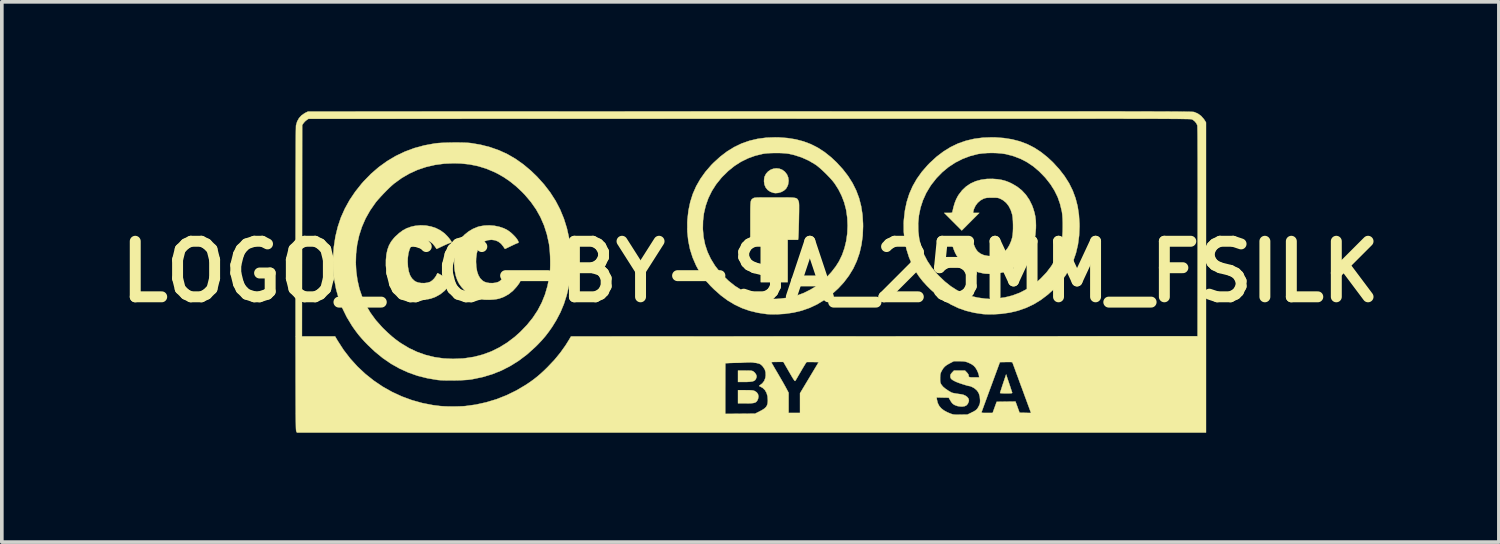
<source format=kicad_pcb>
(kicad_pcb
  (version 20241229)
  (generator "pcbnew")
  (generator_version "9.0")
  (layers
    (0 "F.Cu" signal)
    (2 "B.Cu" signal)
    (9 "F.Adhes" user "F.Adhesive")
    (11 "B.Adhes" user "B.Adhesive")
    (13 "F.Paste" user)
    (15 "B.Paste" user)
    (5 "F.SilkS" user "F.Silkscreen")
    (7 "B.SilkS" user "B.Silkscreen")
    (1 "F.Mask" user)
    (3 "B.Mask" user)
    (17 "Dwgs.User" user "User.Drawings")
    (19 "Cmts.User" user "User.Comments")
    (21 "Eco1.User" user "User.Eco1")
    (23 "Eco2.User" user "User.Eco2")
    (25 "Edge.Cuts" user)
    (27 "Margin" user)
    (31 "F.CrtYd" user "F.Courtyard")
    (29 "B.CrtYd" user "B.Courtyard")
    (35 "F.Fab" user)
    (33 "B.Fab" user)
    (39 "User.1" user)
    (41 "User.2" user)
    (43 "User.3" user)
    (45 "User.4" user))
  (footprint "LOGO_CC-BY-SA_25MM_FSILK"
    (layer "F.Cu")
    (at 17.533 4.403)
    (property "Reference" "LOGO_CC-BY-SA_25MM_FSILK" (at 0 0 0) (layer "F.SilkS") (effects (font (size 1.524 1.524) (thickness 0.3))))
    (attr through_hole)
    (fp_poly (pts (xy -0.134 3.25) (xy -0.055 3.251) (xy 0.004 3.252) (xy 0.047 3.255) (xy 0.079 3.26) (xy 0.105 3.268) (xy 0.122 3.275) (xy 0.176 3.311) (xy 0.21 3.36) (xy 0.223 3.418) (xy 0.213 3.483) (xy 0.197 3.523) (xy 0.179 3.552) (xy 0.158 3.574) (xy 0.13 3.59) (xy 0.091 3.601) (xy 0.038 3.608) (xy -0.032 3.611) (xy -0.123 3.612) (xy -0.134 3.612) (xy -0.338 3.612) (xy -0.338 3.25) (xy -0.134 3.25)) (stroke (width 0.01) (type solid)) (fill yes) (layer "F.SilkS"))
    (fp_poly (pts (xy -0.071 2.713) (xy -0.018 2.714) (xy 0.02 2.716) (xy 0.047 2.721) (xy 0.067 2.728) (xy 0.084 2.738) (xy 0.089 2.741) (xy 0.123 2.771) (xy 0.151 2.81) (xy 0.155 2.817) (xy 0.169 2.853) (xy 0.171 2.884) (xy 0.164 2.912) (xy 0.149 2.948) (xy 0.128 2.976) (xy 0.096 2.997) (xy 0.051 3.011) (xy -0.01 3.019) (xy -0.091 3.024) (xy -0.172 3.025) (xy -0.338 3.025) (xy -0.338 2.712) (xy -0.146 2.712) (xy -0.071 2.713)) (stroke (width 0.01) (type solid)) (fill yes) (layer "F.SilkS"))
    (fp_poly (pts (xy 7.096 3.056) (xy 7.121 3.13) (xy 7.143 3.197) (xy 7.161 3.253) (xy 7.175 3.293) (xy 7.182 3.314) (xy 7.182 3.316) (xy 7.183 3.324) (xy 7.177 3.33) (xy 7.16 3.334) (xy 7.129 3.336) (xy 7.079 3.337) (xy 7.02 3.337) (xy 6.958 3.337) (xy 6.906 3.335) (xy 6.869 3.332) (xy 6.851 3.329) (xy 6.85 3.328) (xy 6.854 3.314) (xy 6.864 3.28) (xy 6.881 3.229) (xy 6.901 3.166) (xy 6.925 3.093) (xy 6.933 3.069) (xy 7.017 2.819) (xy 7.096 3.056)) (stroke (width 0.01) (type solid)) (fill yes) (layer "F.SilkS"))
    (fp_poly (pts (xy 0.795 -2.826) (xy 0.872 -2.797) (xy 0.942 -2.746) (xy 0.949 -2.739) (xy 1.006 -2.666) (xy 1.039 -2.584) (xy 1.05 -2.494) (xy 1.037 -2.398) (xy 1.032 -2.38) (xy 1.012 -2.333) (xy 0.985 -2.286) (xy 0.975 -2.273) (xy 0.92 -2.224) (xy 0.849 -2.186) (xy 0.77 -2.162) (xy 0.691 -2.155) (xy 0.637 -2.162) (xy 0.549 -2.193) (xy 0.477 -2.242) (xy 0.423 -2.307) (xy 0.389 -2.386) (xy 0.376 -2.476) (xy 0.376 -2.487) (xy 0.379 -2.537) (xy 0.385 -2.583) (xy 0.392 -2.609) (xy 0.432 -2.687) (xy 0.489 -2.75) (xy 0.557 -2.796) (xy 0.634 -2.825) (xy 0.714 -2.835) (xy 0.795 -2.826)) (stroke (width 0.01) (type solid)) (fill yes) (layer "F.SilkS"))
    (fp_poly (pts (xy 0.807 -2.037) (xy 0.923 -2.037) (xy 1.018 -2.036) (xy 1.094 -2.035) (xy 1.155 -2.032) (xy 1.202 -2.027) (xy 1.237 -2.021) (xy 1.262 -2.013) (xy 1.281 -2.002) (xy 1.294 -1.988) (xy 1.305 -1.971) (xy 1.315 -1.95) (xy 1.319 -1.942) (xy 1.325 -1.928) (xy 1.329 -1.912) (xy 1.333 -1.892) (xy 1.335 -1.864) (xy 1.337 -1.826) (xy 1.337 -1.775) (xy 1.337 -1.709) (xy 1.336 -1.625) (xy 1.334 -1.52) (xy 1.333 -1.45) (xy 1.331 -1.344) (xy 1.328 -1.244) (xy 1.326 -1.151) (xy 1.323 -1.072) (xy 1.32 -1.007) (xy 1.318 -0.961) (xy 1.317 -0.941) (xy 1.309 -0.875) (xy 1.025 -0.875) (xy 1.025 0.287) (xy 0.287 0.287) (xy 0.287 -0.875) (xy 0 -0.875) (xy 0 -1.394) (xy 0.00004 -1.529) (xy 0.00036 -1.64) (xy 0.001 -1.731) (xy 0.003 -1.804) (xy 0.006 -1.861) (xy 0.01 -1.905) (xy 0.016 -1.938) (xy 0.025 -1.962) (xy 0.035 -1.979) (xy 0.048 -1.993) (xy 0.064 -2.004) (xy 0.079 -2.013) (xy 0.089 -2.019) (xy 0.102 -2.024) (xy 0.119 -2.028) (xy 0.142 -2.031) (xy 0.174 -2.033) (xy 0.217 -2.035) (xy 0.274 -2.036) (xy 0.347 -2.037) (xy 0.437 -2.037) (xy 0.549 -2.037) (xy 0.669 -2.037) (xy 0.807 -2.037)) (stroke (width 0.01) (type solid)) (fill yes) (layer "F.SilkS"))
    (fp_poly (pts (xy -8.902 -1.266) (xy -8.758 -1.239) (xy -8.623 -1.194) (xy -8.498 -1.13) (xy -8.386 -1.048) (xy -8.296 -0.956) (xy -8.262 -0.914) (xy -8.232 -0.874) (xy -8.212 -0.844) (xy -8.21 -0.84) (xy -8.188 -0.804) (xy -8.241 -0.788) (xy -8.272 -0.777) (xy -8.32 -0.757) (xy -8.377 -0.732) (xy -8.439 -0.703) (xy -8.449 -0.699) (xy -8.505 -0.672) (xy -8.553 -0.65) (xy -8.587 -0.633) (xy -8.605 -0.625) (xy -8.606 -0.625) (xy -8.613 -0.635) (xy -8.63 -0.659) (xy -8.648 -0.687) (xy -8.713 -0.768) (xy -8.789 -0.826) (xy -8.875 -0.862) (xy -8.972 -0.875) (xy -8.981 -0.875) (xy -9.082 -0.864) (xy -9.169 -0.833) (xy -9.243 -0.781) (xy -9.303 -0.709) (xy -9.348 -0.616) (xy -9.38 -0.504) (xy -9.397 -0.372) (xy -9.4 -0.272) (xy -9.392 -0.129) (xy -9.37 -0.005) (xy -9.334 0.099) (xy -9.284 0.183) (xy -9.219 0.247) (xy -9.173 0.276) (xy -9.107 0.299) (xy -9.027 0.312) (xy -8.942 0.313) (xy -8.86 0.303) (xy -8.79 0.282) (xy -8.779 0.277) (xy -8.724 0.239) (xy -8.67 0.185) (xy -8.625 0.122) (xy -8.612 0.097) (xy -8.595 0.065) (xy -8.584 0.044) (xy -8.581 0.04) (xy -8.57 0.045) (xy -8.541 0.059) (xy -8.5 0.082) (xy -8.449 0.11) (xy -8.393 0.141) (xy -8.337 0.172) (xy -8.284 0.202) (xy -8.239 0.228) (xy -8.206 0.247) (xy -8.189 0.258) (xy -8.189 0.258) (xy -8.19 0.273) (xy -8.207 0.304) (xy -8.239 0.35) (xy -8.283 0.409) (xy -8.388 0.524) (xy -8.506 0.618) (xy -8.635 0.69) (xy -8.763 0.737) (xy -8.832 0.752) (xy -8.918 0.763) (xy -9.01 0.769) (xy -9.101 0.77) (xy -9.181 0.767) (xy -9.215 0.762) (xy -9.345 0.735) (xy -9.459 0.695) (xy -9.561 0.639) (xy -9.659 0.564) (xy -9.72 0.507) (xy -9.774 0.451) (xy -9.814 0.405) (xy -9.845 0.361) (xy -9.873 0.312) (xy -9.886 0.287) (xy -9.943 0.146) (xy -9.979 -0.005) (xy -9.997 -0.167) (xy -9.996 -0.325) (xy -9.982 -0.474) (xy -9.954 -0.604) (xy -9.912 -0.72) (xy -9.854 -0.824) (xy -9.777 -0.922) (xy -9.739 -0.963) (xy -9.632 -1.06) (xy -9.528 -1.136) (xy -9.421 -1.193) (xy -9.306 -1.233) (xy -9.199 -1.257) (xy -9.05 -1.272) (xy -8.902 -1.266)) (stroke (width 0.01) (type solid)) (fill yes) (layer "F.SilkS"))
    (fp_poly (pts (xy -7.023 -1.26) (xy -6.887 -1.232) (xy -6.761 -1.19) (xy -6.665 -1.141) (xy -6.611 -1.104) (xy -6.557 -1.061) (xy -6.506 -1.013) (xy -6.458 -0.964) (xy -6.418 -0.916) (xy -6.386 -0.872) (xy -6.366 -0.834) (xy -6.358 -0.806) (xy -6.366 -0.79) (xy -6.379 -0.787) (xy -6.395 -0.782) (xy -6.429 -0.768) (xy -6.477 -0.746) (xy -6.534 -0.719) (xy -6.561 -0.706) (xy -6.619 -0.678) (xy -6.669 -0.654) (xy -6.707 -0.636) (xy -6.727 -0.626) (xy -6.73 -0.625) (xy -6.738 -0.635) (xy -6.755 -0.659) (xy -6.773 -0.687) (xy -6.838 -0.768) (xy -6.914 -0.826) (xy -7 -0.862) (xy -7.097 -0.875) (xy -7.106 -0.875) (xy -7.207 -0.864) (xy -7.294 -0.833) (xy -7.368 -0.781) (xy -7.428 -0.709) (xy -7.473 -0.616) (xy -7.505 -0.504) (xy -7.522 -0.372) (xy -7.525 -0.272) (xy -7.517 -0.129) (xy -7.495 -0.005) (xy -7.459 0.099) (xy -7.409 0.183) (xy -7.344 0.247) (xy -7.298 0.276) (xy -7.232 0.299) (xy -7.152 0.312) (xy -7.067 0.313) (xy -6.985 0.303) (xy -6.915 0.282) (xy -6.904 0.277) (xy -6.849 0.239) (xy -6.795 0.185) (xy -6.75 0.122) (xy -6.737 0.097) (xy -6.72 0.065) (xy -6.709 0.044) (xy -6.706 0.04) (xy -6.695 0.045) (xy -6.666 0.059) (xy -6.625 0.082) (xy -6.574 0.11) (xy -6.518 0.141) (xy -6.462 0.172) (xy -6.409 0.202) (xy -6.364 0.228) (xy -6.331 0.247) (xy -6.314 0.258) (xy -6.314 0.258) (xy -6.315 0.273) (xy -6.332 0.304) (xy -6.364 0.35) (xy -6.408 0.409) (xy -6.513 0.524) (xy -6.631 0.618) (xy -6.76 0.69) (xy -6.888 0.737) (xy -6.957 0.752) (xy -7.043 0.763) (xy -7.135 0.769) (xy -7.226 0.77) (xy -7.306 0.767) (xy -7.34 0.762) (xy -7.47 0.735) (xy -7.584 0.695) (xy -7.686 0.639) (xy -7.784 0.564) (xy -7.845 0.507) (xy -7.925 0.419) (xy -7.989 0.329) (xy -8.038 0.232) (xy -8.076 0.124) (xy -8.103 -0.001) (xy -8.114 -0.074) (xy -8.124 -0.203) (xy -8.12 -0.339) (xy -8.105 -0.475) (xy -8.078 -0.605) (xy -8.04 -0.722) (xy -8.006 -0.799) (xy -7.934 -0.91) (xy -7.842 -1.012) (xy -7.733 -1.1) (xy -7.612 -1.173) (xy -7.483 -1.227) (xy -7.431 -1.242) (xy -7.3 -1.265) (xy -7.162 -1.271) (xy -7.023 -1.26)) (stroke (width 0.01) (type solid)) (fill yes) (layer "F.SilkS"))
    (fp_poly (pts (xy 6.776 -2.537) (xy 6.886 -2.52) (xy 6.988 -2.494) (xy 7.09 -2.456) (xy 7.169 -2.419) (xy 7.317 -2.333) (xy 7.447 -2.23) (xy 7.559 -2.11) (xy 7.653 -1.972) (xy 7.729 -1.818) (xy 7.758 -1.739) (xy 7.794 -1.622) (xy 7.818 -1.51) (xy 7.831 -1.396) (xy 7.835 -1.272) (xy 7.834 -1.194) (xy 7.819 -1.013) (xy 7.786 -0.848) (xy 7.735 -0.694) (xy 7.665 -0.55) (xy 7.622 -0.48) (xy 7.519 -0.346) (xy 7.399 -0.228) (xy 7.265 -0.13) (xy 7.119 -0.05) (xy 6.962 0.009) (xy 6.798 0.046) (xy 6.627 0.062) (xy 6.452 0.054) (xy 6.406 0.049) (xy 6.251 0.014) (xy 6.104 -0.042) (xy 5.969 -0.119) (xy 5.846 -0.214) (xy 5.74 -0.326) (xy 5.656 -0.448) (xy 5.618 -0.52) (xy 5.582 -0.607) (xy 5.551 -0.697) (xy 5.527 -0.782) (xy 5.519 -0.822) (xy 5.51 -0.875) (xy 6.11 -0.875) (xy 6.118 -0.808) (xy 6.134 -0.738) (xy 6.164 -0.665) (xy 6.202 -0.598) (xy 6.239 -0.552) (xy 6.314 -0.494) (xy 6.406 -0.454) (xy 6.517 -0.432) (xy 6.645 -0.426) (xy 6.665 -0.427) (xy 6.763 -0.438) (xy 6.846 -0.462) (xy 6.919 -0.503) (xy 6.99 -0.563) (xy 6.994 -0.567) (xy 7.055 -0.641) (xy 7.109 -0.733) (xy 7.154 -0.837) (xy 7.184 -0.936) (xy 7.195 -1.003) (xy 7.203 -1.087) (xy 7.207 -1.184) (xy 7.207 -1.284) (xy 7.204 -1.383) (xy 7.198 -1.472) (xy 7.188 -1.546) (xy 7.184 -1.566) (xy 7.144 -1.692) (xy 7.089 -1.8) (xy 7.019 -1.89) (xy 6.935 -1.959) (xy 6.878 -1.991) (xy 6.842 -2.008) (xy 6.813 -2.019) (xy 6.783 -2.026) (xy 6.746 -2.029) (xy 6.698 -2.031) (xy 6.631 -2.031) (xy 6.56 -2.03) (xy 6.508 -2.028) (xy 6.468 -2.023) (xy 6.434 -2.015) (xy 6.399 -2.003) (xy 6.394 -2.001) (xy 6.309 -1.954) (xy 6.235 -1.888) (xy 6.175 -1.807) (xy 6.133 -1.716) (xy 6.118 -1.659) (xy 6.11 -1.613) (xy 6.281 -1.613) (xy 5.8 -1.131) (xy 5.559 -1.372) (xy 5.319 -1.613) (xy 5.428 -1.613) (xy 5.48 -1.613) (xy 5.513 -1.615) (xy 5.531 -1.62) (xy 5.539 -1.629) (xy 5.543 -1.641) (xy 5.574 -1.774) (xy 5.608 -1.888) (xy 5.647 -1.986) (xy 5.693 -2.074) (xy 5.715 -2.109) (xy 5.81 -2.233) (xy 5.919 -2.336) (xy 6.043 -2.419) (xy 6.18 -2.481) (xy 6.332 -2.523) (xy 6.496 -2.545) (xy 6.65 -2.546) (xy 6.776 -2.537)) (stroke (width 0.01) (type solid)) (fill yes) (layer "F.SilkS"))
    (fp_poly (pts (xy 6.713 -3.684) (xy 6.955 -3.666) (xy 7.182 -3.63) (xy 7.396 -3.574) (xy 7.598 -3.498) (xy 7.79 -3.4) (xy 7.975 -3.28) (xy 8.154 -3.137) (xy 8.301 -2.999) (xy 8.472 -2.813) (xy 8.619 -2.623) (xy 8.743 -2.428) (xy 8.843 -2.226) (xy 8.921 -2.016) (xy 8.978 -1.795) (xy 9.013 -1.563) (xy 9.029 -1.317) (xy 9.03 -1.244) (xy 9.019 -0.988) (xy 8.987 -0.744) (xy 8.933 -0.513) (xy 8.858 -0.294) (xy 8.76 -0.086) (xy 8.641 0.11) (xy 8.499 0.296) (xy 8.348 0.459) (xy 8.163 0.627) (xy 7.972 0.772) (xy 7.774 0.893) (xy 7.566 0.991) (xy 7.349 1.067) (xy 7.121 1.122) (xy 6.879 1.156) (xy 6.681 1.168) (xy 6.603 1.169) (xy 6.523 1.169) (xy 6.449 1.166) (xy 6.39 1.163) (xy 6.381 1.162) (xy 6.146 1.127) (xy 5.924 1.074) (xy 5.713 1) (xy 5.511 0.905) (xy 5.317 0.789) (xy 5.128 0.649) (xy 4.944 0.486) (xy 4.844 0.386) (xy 4.729 0.26) (xy 4.632 0.136) (xy 4.546 0.007) (xy 4.468 -0.136) (xy 4.451 -0.169) (xy 4.355 -0.39) (xy 4.283 -0.618) (xy 4.234 -0.854) (xy 4.209 -1.097) (xy 4.208 -1.331) (xy 4.604 -1.331) (xy 4.607 -1.115) (xy 4.633 -0.901) (xy 4.684 -0.689) (xy 4.694 -0.656) (xy 4.765 -0.469) (xy 4.858 -0.291) (xy 4.973 -0.118) (xy 5.112 0.05) (xy 5.169 0.111) (xy 5.333 0.268) (xy 5.499 0.4) (xy 5.671 0.51) (xy 5.85 0.598) (xy 6.038 0.665) (xy 6.238 0.712) (xy 6.452 0.741) (xy 6.569 0.748) (xy 6.596 0.748) (xy 6.641 0.745) (xy 6.699 0.741) (xy 6.756 0.737) (xy 6.978 0.706) (xy 7.188 0.654) (xy 7.387 0.58) (xy 7.576 0.483) (xy 7.757 0.364) (xy 7.931 0.22) (xy 7.972 0.182) (xy 8.126 0.02) (xy 8.257 -0.153) (xy 8.366 -0.336) (xy 8.453 -0.531) (xy 8.519 -0.739) (xy 8.539 -0.825) (xy 8.552 -0.902) (xy 8.561 -0.998) (xy 8.568 -1.107) (xy 8.57 -1.224) (xy 8.57 -1.341) (xy 8.566 -1.454) (xy 8.559 -1.556) (xy 8.548 -1.642) (xy 8.545 -1.656) (xy 8.497 -1.858) (xy 8.431 -2.048) (xy 8.343 -2.227) (xy 8.234 -2.399) (xy 8.102 -2.567) (xy 8.078 -2.594) (xy 7.923 -2.753) (xy 7.762 -2.89) (xy 7.593 -3.003) (xy 7.415 -3.096) (xy 7.225 -3.169) (xy 7.021 -3.223) (xy 6.997 -3.228) (xy 6.889 -3.244) (xy 6.766 -3.254) (xy 6.633 -3.258) (xy 6.5 -3.255) (xy 6.374 -3.246) (xy 6.263 -3.231) (xy 6.244 -3.228) (xy 6.027 -3.172) (xy 5.819 -3.093) (xy 5.622 -2.993) (xy 5.437 -2.871) (xy 5.265 -2.729) (xy 5.107 -2.567) (xy 4.965 -2.387) (xy 4.936 -2.344) (xy 4.824 -2.157) (xy 4.735 -1.96) (xy 4.668 -1.755) (xy 4.625 -1.545) (xy 4.604 -1.331) (xy 4.208 -1.331) (xy 4.208 -1.349) (xy 4.213 -1.43) (xy 4.241 -1.677) (xy 4.29 -1.911) (xy 4.36 -2.133) (xy 4.452 -2.344) (xy 4.567 -2.545) (xy 4.705 -2.739) (xy 4.867 -2.925) (xy 4.928 -2.987) (xy 5.111 -3.155) (xy 5.301 -3.299) (xy 5.497 -3.42) (xy 5.702 -3.518) (xy 5.916 -3.592) (xy 6.14 -3.645) (xy 6.376 -3.676) (xy 6.624 -3.685) (xy 6.713 -3.684)) (stroke (width 0.01) (type solid)) (fill yes) (layer "F.SilkS"))
    (fp_poly (pts (xy 0.775 -3.684) (xy 1.017 -3.666) (xy 1.245 -3.63) (xy 1.458 -3.574) (xy 1.66 -3.498) (xy 1.853 -3.4) (xy 2.038 -3.28) (xy 2.217 -3.137) (xy 2.364 -2.999) (xy 2.535 -2.813) (xy 2.682 -2.623) (xy 2.805 -2.428) (xy 2.905 -2.226) (xy 2.984 -2.016) (xy 3.04 -1.795) (xy 3.076 -1.563) (xy 3.091 -1.317) (xy 3.092 -1.244) (xy 3.082 -0.988) (xy 3.049 -0.744) (xy 2.996 -0.513) (xy 2.92 -0.294) (xy 2.823 -0.086) (xy 2.703 0.11) (xy 2.562 0.296) (xy 2.411 0.459) (xy 2.226 0.627) (xy 2.035 0.772) (xy 1.836 0.893) (xy 1.629 0.991) (xy 1.412 1.067) (xy 1.183 1.122) (xy 0.942 1.156) (xy 0.744 1.168) (xy 0.666 1.169) (xy 0.586 1.169) (xy 0.512 1.166) (xy 0.453 1.163) (xy 0.444 1.162) (xy 0.209 1.127) (xy -0.014 1.074) (xy -0.225 1) (xy -0.427 0.905) (xy -0.621 0.789) (xy -0.809 0.649) (xy -0.993 0.486) (xy -1.094 0.386) (xy -1.208 0.26) (xy -1.306 0.136) (xy -1.391 0.007) (xy -1.47 -0.136) (xy -1.487 -0.169) (xy -1.583 -0.39) (xy -1.655 -0.618) (xy -1.703 -0.854) (xy -1.728 -1.097) (xy -1.728 -1.171) (xy -1.303 -1.171) (xy -1.284 -0.954) (xy -1.242 -0.746) (xy -1.176 -0.546) (xy -1.086 -0.354) (xy -0.973 -0.169) (xy -0.836 0.009) (xy -0.768 0.085) (xy -0.599 0.25) (xy -0.423 0.391) (xy -0.238 0.508) (xy -0.046 0.602) (xy 0.153 0.672) (xy 0.36 0.719) (xy 0.497 0.736) (xy 0.568 0.742) (xy 0.622 0.746) (xy 0.666 0.747) (xy 0.709 0.747) (xy 0.757 0.744) (xy 0.82 0.739) (xy 0.84 0.737) (xy 1.059 0.709) (xy 1.265 0.659) (xy 1.46 0.587) (xy 1.649 0.493) (xy 1.778 0.414) (xy 1.937 0.295) (xy 2.087 0.159) (xy 2.225 0.01) (xy 2.346 -0.147) (xy 2.435 -0.288) (xy 2.518 -0.46) (xy 2.583 -0.646) (xy 2.631 -0.844) (xy 2.66 -1.051) (xy 2.669 -1.262) (xy 2.66 -1.476) (xy 2.63 -1.687) (xy 2.624 -1.715) (xy 2.576 -1.897) (xy 2.506 -2.08) (xy 2.418 -2.256) (xy 2.316 -2.416) (xy 2.265 -2.482) (xy 2.2 -2.557) (xy 2.124 -2.637) (xy 2.043 -2.718) (xy 1.962 -2.795) (xy 1.884 -2.863) (xy 1.816 -2.918) (xy 1.79 -2.936) (xy 1.604 -3.047) (xy 1.406 -3.136) (xy 1.197 -3.203) (xy 1.056 -3.235) (xy 0.983 -3.245) (xy 0.891 -3.252) (xy 0.788 -3.256) (xy 0.68 -3.256) (xy 0.573 -3.254) (xy 0.474 -3.249) (xy 0.389 -3.24) (xy 0.344 -3.233) (xy 0.131 -3.181) (xy -0.068 -3.109) (xy -0.256 -3.016) (xy -0.434 -2.902) (xy -0.604 -2.765) (xy -0.767 -2.605) (xy -0.798 -2.571) (xy -0.938 -2.397) (xy -1.056 -2.212) (xy -1.152 -2.016) (xy -1.224 -1.812) (xy -1.274 -1.599) (xy -1.298 -1.397) (xy -1.303 -1.171) (xy -1.728 -1.171) (xy -1.729 -1.349) (xy -1.725 -1.43) (xy -1.697 -1.677) (xy -1.648 -1.911) (xy -1.578 -2.133) (xy -1.485 -2.344) (xy -1.37 -2.545) (xy -1.232 -2.739) (xy -1.071 -2.925) (xy -1.01 -2.987) (xy -0.826 -3.155) (xy -0.637 -3.299) (xy -0.44 -3.42) (xy -0.235 -3.518) (xy -0.022 -3.592) (xy 0.203 -3.645) (xy 0.438 -3.676) (xy 0.686 -3.685) (xy 0.775 -3.684)) (stroke (width 0.01) (type solid)) (fill yes) (layer "F.SilkS"))
    (fp_poly (pts (xy -8.015 -3.543) (xy -7.904 -3.541) (xy -7.805 -3.538) (xy -7.721 -3.533) (xy -7.662 -3.527) (xy -7.393 -3.481) (xy -7.138 -3.415) (xy -6.895 -3.33) (xy -6.664 -3.224) (xy -6.443 -3.096) (xy -6.229 -2.945) (xy -6.022 -2.772) (xy -5.849 -2.605) (xy -5.657 -2.392) (xy -5.488 -2.172) (xy -5.342 -1.944) (xy -5.218 -1.706) (xy -5.115 -1.456) (xy -5.033 -1.194) (xy -4.971 -0.918) (xy -4.936 -0.694) (xy -4.93 -0.628) (xy -4.925 -0.543) (xy -4.922 -0.445) (xy -4.921 -0.338) (xy -4.921 -0.229) (xy -4.922 -0.122) (xy -4.925 -0.023) (xy -4.93 0.062) (xy -4.936 0.128) (xy -4.936 0.131) (xy -4.979 0.398) (xy -5.038 0.648) (xy -5.114 0.885) (xy -5.208 1.111) (xy -5.322 1.329) (xy -5.437 1.516) (xy -5.529 1.647) (xy -5.621 1.767) (xy -5.721 1.883) (xy -5.834 2.002) (xy -5.913 2.079) (xy -6.128 2.272) (xy -6.352 2.441) (xy -6.584 2.586) (xy -6.826 2.71) (xy -7.079 2.811) (xy -7.343 2.89) (xy -7.619 2.948) (xy -7.677 2.957) (xy -7.748 2.966) (xy -7.839 2.972) (xy -7.943 2.978) (xy -8.056 2.981) (xy -8.173 2.983) (xy -8.288 2.983) (xy -8.395 2.981) (xy -8.49 2.977) (xy -8.566 2.971) (xy -8.583 2.969) (xy -8.861 2.922) (xy -9.126 2.856) (xy -9.379 2.767) (xy -9.622 2.657) (xy -9.856 2.525) (xy -10.082 2.37) (xy -10.301 2.191) (xy -10.482 2.02) (xy -10.582 1.918) (xy -10.667 1.824) (xy -10.744 1.734) (xy -10.816 1.64) (xy -10.89 1.537) (xy -10.932 1.475) (xy -11.073 1.241) (xy -11.193 0.996) (xy -11.29 0.741) (xy -11.364 0.477) (xy -11.415 0.205) (xy -11.443 -0.074) (xy -11.445 -0.23) (xy -10.823 -0.23) (xy -10.812 -0.021) (xy -10.778 0.231) (xy -10.723 0.471) (xy -10.645 0.7) (xy -10.544 0.919) (xy -10.421 1.128) (xy -10.275 1.328) (xy -10.105 1.519) (xy -10.06 1.565) (xy -9.943 1.677) (xy -9.835 1.774) (xy -9.728 1.86) (xy -9.617 1.941) (xy -9.574 1.969) (xy -9.36 2.098) (xy -9.137 2.203) (xy -8.905 2.285) (xy -8.664 2.344) (xy -8.414 2.38) (xy -8.156 2.392) (xy -7.891 2.381) (xy -7.825 2.374) (xy -7.578 2.336) (xy -7.338 2.273) (xy -7.107 2.188) (xy -6.884 2.078) (xy -6.67 1.946) (xy -6.464 1.79) (xy -6.31 1.652) (xy -6.129 1.464) (xy -5.97 1.268) (xy -5.835 1.064) (xy -5.723 0.851) (xy -5.632 0.626) (xy -5.563 0.39) (xy -5.514 0.141) (xy -5.499 0.026) (xy -5.492 -0.065) (xy -5.489 -0.175) (xy -5.489 -0.296) (xy -5.492 -0.421) (xy -5.499 -0.543) (xy -5.509 -0.656) (xy -5.521 -0.753) (xy -5.525 -0.775) (xy -5.581 -1.028) (xy -5.658 -1.268) (xy -5.756 -1.494) (xy -5.876 -1.709) (xy -6.019 -1.913) (xy -6.184 -2.108) (xy -6.267 -2.194) (xy -6.431 -2.347) (xy -6.595 -2.478) (xy -6.763 -2.593) (xy -6.941 -2.694) (xy -7.023 -2.734) (xy -7.241 -2.826) (xy -7.465 -2.895) (xy -7.697 -2.943) (xy -7.939 -2.969) (xy -8.129 -2.975) (xy -8.394 -2.964) (xy -8.649 -2.93) (xy -8.894 -2.873) (xy -9.129 -2.794) (xy -9.353 -2.692) (xy -9.566 -2.568) (xy -9.767 -2.422) (xy -9.775 -2.416) (xy -9.835 -2.364) (xy -9.906 -2.298) (xy -9.984 -2.221) (xy -10.063 -2.14) (xy -10.14 -2.058) (xy -10.21 -1.98) (xy -10.268 -1.912) (xy -10.285 -1.889) (xy -10.431 -1.679) (xy -10.555 -1.46) (xy -10.655 -1.23) (xy -10.732 -0.992) (xy -10.786 -0.746) (xy -10.816 -0.491) (xy -10.823 -0.23) (xy -11.445 -0.23) (xy -11.447 -0.358) (xy -11.446 -0.394) (xy -11.424 -0.684) (xy -11.382 -0.962) (xy -11.318 -1.227) (xy -11.233 -1.482) (xy -11.124 -1.727) (xy -10.993 -1.964) (xy -10.839 -2.193) (xy -10.661 -2.417) (xy -10.608 -2.477) (xy -10.406 -2.684) (xy -10.192 -2.869) (xy -9.966 -3.032) (xy -9.728 -3.174) (xy -9.478 -3.293) (xy -9.218 -3.39) (xy -8.946 -3.464) (xy -8.664 -3.516) (xy -8.631 -3.52) (xy -8.558 -3.528) (xy -8.467 -3.534) (xy -8.362 -3.538) (xy -8.249 -3.541) (xy -8.131 -3.543) (xy -8.015 -3.543)) (stroke (width 0.01) (type solid)) (fill yes) (layer "F.SilkS"))
    (fp_poly (pts (xy 6.85 -4.398) (xy 7.232 -4.398) (xy 7.595 -4.398) (xy 7.94 -4.398) (xy 8.267 -4.398) (xy 8.578 -4.398) (xy 8.871 -4.398) (xy 9.149 -4.397) (xy 9.41 -4.397) (xy 9.656 -4.397) (xy 9.887 -4.397) (xy 10.104 -4.397) (xy 10.307 -4.396) (xy 10.496 -4.396) (xy 10.672 -4.396) (xy 10.836 -4.395) (xy 10.988 -4.395) (xy 11.127 -4.394) (xy 11.256 -4.394) (xy 11.374 -4.394) (xy 11.481 -4.393) (xy 11.579 -4.392) (xy 11.667 -4.392) (xy 11.746 -4.391) (xy 11.817 -4.391) (xy 11.88 -4.39) (xy 11.936 -4.389) (xy 11.984 -4.389) (xy 12.025 -4.388) (xy 12.061 -4.387) (xy 12.09 -4.386) (xy 12.115 -4.385) (xy 12.135 -4.384) (xy 12.15 -4.383) (xy 12.161 -4.382) (xy 12.169 -4.381) (xy 12.174 -4.38) (xy 12.274 -4.338) (xy 12.363 -4.274) (xy 12.44 -4.188) (xy 12.473 -4.138) (xy 12.5 -4.094) (xy 12.5 4.412) (xy -12.437 4.412) (xy -12.456 4.376) (xy -12.458 4.37) (xy -12.459 4.361) (xy -12.461 4.347) (xy -12.462 4.327) (xy -12.464 4.301) (xy -12.465 4.267) (xy -12.466 4.226) (xy -12.467 4.176) (xy -12.468 4.116) (xy -12.469 4.046) (xy -12.47 3.965) (xy -12.471 3.872) (xy -12.471 3.766) (xy -12.472 3.647) (xy -12.472 3.514) (xy -12.473 3.366) (xy -12.473 3.202) (xy -12.474 3.021) (xy -12.474 2.824) (xy -12.474 2.608) (xy -12.474 2.373) (xy -12.475 2.118) (xy -12.475 1.844) (xy -12.475 1.775) (xy -12.3 1.775) (xy -11.391 1.775) (xy -11.319 1.897) (xy -11.156 2.149) (xy -10.974 2.385) (xy -10.775 2.604) (xy -10.559 2.806) (xy -10.329 2.989) (xy -10.085 3.154) (xy -9.829 3.298) (xy -9.561 3.422) (xy -9.284 3.524) (xy -8.998 3.604) (xy -8.704 3.661) (xy -8.504 3.686) (xy -8.421 3.692) (xy -8.321 3.696) (xy -8.21 3.698) (xy -8.096 3.698) (xy -7.986 3.695) (xy -7.888 3.691) (xy -7.825 3.687) (xy -7.532 3.647) (xy -7.243 3.583) (xy -6.958 3.497) (xy -6.681 3.387) (xy -6.413 3.256) (xy -6.33 3.207) (xy -0.688 3.207) (xy -0.688 3.901) (xy 0.131 3.894) (xy 0.242 3.839) (xy 0.325 3.795) (xy 0.387 3.754) (xy 0.43 3.713) (xy 0.458 3.667) (xy 0.474 3.614) (xy 0.48 3.549) (xy 0.48 3.526) (xy 0.472 3.417) (xy 0.445 3.324) (xy 0.401 3.247) (xy 0.341 3.189) (xy 0.288 3.159) (xy 0.255 3.143) (xy 0.243 3.133) (xy 0.248 3.125) (xy 0.255 3.12) (xy 0.328 3.065) (xy 0.381 2.996) (xy 0.412 2.914) (xy 0.422 2.847) (xy 0.419 2.758) (xy 0.396 2.68) (xy 0.35 2.61) (xy 0.34 2.597) (xy 0.314 2.57) (xy 0.291 2.549) (xy 0.267 2.534) (xy 0.236 2.521) (xy 0.192 2.51) (xy 0.131 2.496) (xy 0.1 2.489) (xy 0.065 2.486) (xy 0.005 2.484) (xy -0.079 2.485) (xy -0.187 2.488) (xy -0.319 2.494) (xy -0.411 2.498) (xy -0.495 2.502) (xy -0.567 2.505) (xy -0.625 2.508) (xy -0.665 2.51) (xy -0.683 2.511) (xy -0.684 2.511) (xy -0.685 2.524) (xy -0.686 2.559) (xy -0.686 2.614) (xy -0.686 2.688) (xy -0.687 2.778) (xy -0.687 2.882) (xy -0.687 2.997) (xy -0.687 3.121) (xy -0.688 3.207) (xy -6.33 3.207) (xy -6.159 3.105) (xy -6.157 3.104) (xy -6.044 3.028) (xy -5.943 2.955) (xy -5.849 2.881) (xy -5.755 2.801) (xy -5.657 2.711) (xy -5.565 2.621) (xy -5.433 2.482) (xy 0.575 2.482) (xy 0.581 2.495) (xy 0.598 2.526) (xy 0.625 2.572) (xy 0.659 2.632) (xy 0.7 2.702) (xy 0.745 2.778) (xy 0.746 2.779) (xy 0.795 2.864) (xy 0.845 2.95) (xy 0.892 3.031) (xy 0.933 3.104) (xy 0.966 3.163) (xy 0.983 3.195) (xy 1.05 3.321) (xy 1.05 3.875) (xy 1.363 3.875) (xy 1.363 3.449) (xy 5.11 3.449) (xy 5.118 3.509) (xy 5.14 3.6) (xy 5.178 3.678) (xy 5.234 3.746) (xy 5.309 3.805) (xy 5.406 3.858) (xy 5.5 3.896) (xy 5.534 3.908) (xy 5.565 3.916) (xy 5.599 3.92) (xy 5.642 3.923) (xy 5.698 3.923) (xy 5.769 3.922) (xy 5.956 3.919) (xy 6.054 3.872) (xy 6.074 3.862) (xy 6.342 3.862) (xy 6.348 3.868) (xy 6.366 3.872) (xy 6.399 3.874) (xy 6.451 3.875) (xy 6.491 3.875) (xy 6.647 3.875) (xy 6.758 3.569) (xy 7.015 3.565) (xy 7.273 3.562) (xy 7.293 3.615) (xy 7.307 3.653) (xy 7.326 3.704) (xy 7.345 3.759) (xy 7.349 3.769) (xy 7.385 3.869) (xy 7.542 3.872) (xy 7.7 3.876) (xy 7.658 3.76) (xy 7.643 3.72) (xy 7.622 3.662) (xy 7.595 3.589) (xy 7.564 3.504) (xy 7.529 3.41) (xy 7.492 3.308) (xy 7.453 3.202) (xy 7.413 3.095) (xy 7.374 2.988) (xy 7.337 2.886) (xy 7.301 2.79) (xy 7.269 2.703) (xy 7.242 2.627) (xy 7.219 2.567) (xy 7.203 2.523) (xy 7.194 2.5) (xy 7.193 2.497) (xy 7.188 2.488) (xy 7.176 2.482) (xy 7.154 2.478) (xy 7.119 2.477) (xy 7.065 2.477) (xy 7.015 2.478) (xy 6.846 2.481) (xy 6.598 3.156) (xy 6.552 3.28) (xy 6.509 3.398) (xy 6.469 3.507) (xy 6.433 3.605) (xy 6.402 3.689) (xy 6.377 3.759) (xy 6.358 3.811) (xy 6.346 3.843) (xy 6.343 3.853) (xy 6.342 3.862) (xy 6.074 3.862) (xy 6.119 3.84) (xy 6.167 3.812) (xy 6.201 3.786) (xy 6.228 3.756) (xy 6.252 3.718) (xy 6.262 3.699) (xy 6.284 3.654) (xy 6.297 3.617) (xy 6.302 3.576) (xy 6.303 3.526) (xy 6.294 3.422) (xy 6.267 3.335) (xy 6.221 3.262) (xy 6.156 3.204) (xy 6.121 3.182) (xy 6.078 3.16) (xy 6.042 3.144) (xy 6.018 3.138) (xy 6.018 3.138) (xy 5.991 3.134) (xy 5.946 3.123) (xy 5.89 3.106) (xy 5.826 3.086) (xy 5.761 3.065) (xy 5.7 3.043) (xy 5.649 3.023) (xy 5.619 3.009) (xy 5.56 2.978) (xy 5.522 2.951) (xy 5.499 2.924) (xy 5.489 2.894) (xy 5.487 2.868) (xy 5.49 2.833) (xy 5.503 2.805) (xy 5.528 2.774) (xy 5.537 2.764) (xy 5.587 2.712) (xy 5.888 2.712) (xy 5.938 2.763) (xy 5.965 2.794) (xy 5.983 2.823) (xy 5.987 2.836) (xy 5.989 2.863) (xy 5.996 2.881) (xy 6.012 2.892) (xy 6.042 2.898) (xy 6.09 2.9) (xy 6.14 2.9) (xy 6.278 2.9) (xy 6.271 2.848) (xy 6.262 2.811) (xy 6.245 2.763) (xy 6.222 2.711) (xy 6.219 2.704) (xy 6.179 2.636) (xy 6.131 2.582) (xy 6.07 2.538) (xy 5.991 2.499) (xy 5.971 2.491) (xy 5.929 2.476) (xy 5.893 2.466) (xy 5.855 2.46) (xy 5.807 2.457) (xy 5.743 2.456) (xy 5.731 2.456) (xy 5.581 2.456) (xy 5.467 2.515) (xy 5.394 2.556) (xy 5.339 2.598) (xy 5.296 2.645) (xy 5.258 2.705) (xy 5.241 2.737) (xy 5.224 2.774) (xy 5.214 2.807) (xy 5.209 2.846) (xy 5.207 2.898) (xy 5.207 2.925) (xy 5.207 2.982) (xy 5.209 3.021) (xy 5.216 3.05) (xy 5.228 3.076) (xy 5.247 3.108) (xy 5.248 3.109) (xy 5.29 3.159) (xy 5.355 3.213) (xy 5.443 3.272) (xy 5.52 3.316) (xy 5.541 3.323) (xy 5.581 3.332) (xy 5.634 3.342) (xy 5.694 3.351) (xy 5.754 3.359) (xy 5.775 3.362) (xy 5.845 3.377) (xy 5.906 3.405) (xy 5.954 3.441) (xy 5.985 3.484) (xy 5.996 3.53) (xy 5.993 3.556) (xy 5.968 3.619) (xy 5.933 3.662) (xy 5.884 3.688) (xy 5.818 3.699) (xy 5.766 3.698) (xy 5.684 3.686) (xy 5.612 3.66) (xy 5.573 3.638) (xy 5.544 3.614) (xy 5.517 3.581) (xy 5.492 3.541) (xy 5.442 3.456) (xy 5.276 3.453) (xy 5.11 3.449) (xy 1.363 3.449) (xy 1.363 3.335) (xy 1.619 2.908) (xy 1.875 2.481) (xy 1.716 2.478) (xy 1.655 2.477) (xy 1.602 2.477) (xy 1.564 2.478) (xy 1.544 2.479) (xy 1.544 2.48) (xy 1.534 2.491) (xy 1.513 2.522) (xy 1.485 2.568) (xy 1.45 2.626) (xy 1.41 2.693) (xy 1.391 2.727) (xy 1.349 2.798) (xy 1.311 2.863) (xy 1.279 2.919) (xy 1.254 2.961) (xy 1.238 2.986) (xy 1.235 2.991) (xy 1.228 2.997) (xy 1.22 2.995) (xy 1.209 2.984) (xy 1.193 2.962) (xy 1.17 2.927) (xy 1.139 2.876) (xy 1.098 2.806) (xy 1.062 2.744) (xy 0.907 2.475) (xy 0.741 2.475) (xy 0.68 2.476) (xy 0.629 2.477) (xy 0.593 2.479) (xy 0.576 2.482) (xy 0.575 2.482) (xy -5.433 2.482) (xy -5.378 2.424) (xy -5.213 2.224) (xy -5.066 2.017) (xy -4.991 1.897) (xy -4.919 1.776) (xy 12.269 1.769) (xy 12.272 -1.099) (xy 12.272 -1.455) (xy 12.272 -1.787) (xy 12.273 -2.094) (xy 12.273 -2.377) (xy 12.272 -2.637) (xy 12.272 -2.873) (xy 12.272 -3.086) (xy 12.271 -3.276) (xy 12.27 -3.444) (xy 12.27 -3.59) (xy 12.269 -3.713) (xy 12.268 -3.815) (xy 12.266 -3.896) (xy 12.265 -3.956) (xy 12.264 -3.995) (xy 12.262 -4.014) (xy 12.262 -4.015) (xy 12.236 -4.07) (xy 12.194 -4.122) (xy 12.142 -4.164) (xy 12.109 -4.181) (xy 12.104 -4.182) (xy 12.097 -4.183) (xy 12.086 -4.184) (xy 12.071 -4.185) (xy 12.051 -4.186) (xy 12.026 -4.187) (xy 11.996 -4.188) (xy 11.96 -4.188) (xy 11.918 -4.189) (xy 11.869 -4.19) (xy 11.812 -4.191) (xy 11.748 -4.191) (xy 11.676 -4.192) (xy 11.595 -4.192) (xy 11.505 -4.193) (xy 11.405 -4.194) (xy 11.296 -4.194) (xy 11.176 -4.195) (xy 11.045 -4.195) (xy 10.902 -4.195) (xy 10.748 -4.196) (xy 10.582 -4.196) (xy 10.402 -4.196) (xy 10.21 -4.197) (xy 10.004 -4.197) (xy 9.783 -4.197) (xy 9.548 -4.197) (xy 9.298 -4.198) (xy 9.033 -4.198) (xy 8.751 -4.198) (xy 8.453 -4.198) (xy 8.138 -4.198) (xy 7.806 -4.198) (xy 7.456 -4.198) (xy 7.088 -4.198) (xy 6.701 -4.198) (xy 6.295 -4.198) (xy 5.869 -4.198) (xy 5.423 -4.198) (xy 4.957 -4.198) (xy 4.469 -4.198) (xy 3.96 -4.198) (xy 3.429 -4.198) (xy 2.876 -4.198) (xy 2.3 -4.198) (xy 1.7 -4.198) (xy 1.077 -4.197) (xy 0.43 -4.197) (xy -0.032 -4.197) (xy -12.121 -4.194) (xy -12.173 -4.159) (xy -12.213 -4.126) (xy -12.25 -4.085) (xy -12.259 -4.073) (xy -12.294 -4.021) (xy -12.3 1.775) (xy -12.475 1.775) (xy -12.475 1.547) (xy -12.475 1.229) (xy -12.475 0.888) (xy -12.475 0.524) (xy -12.475 0.196) (xy -12.475 -0.238) (xy -12.475 -0.65) (xy -12.475 -1.038) (xy -12.474 -1.403) (xy -12.474 -1.745) (xy -12.474 -2.064) (xy -12.473 -2.358) (xy -12.473 -2.629) (xy -12.472 -2.876) (xy -12.471 -3.1) (xy -12.47 -3.299) (xy -12.47 -3.474) (xy -12.469 -3.625) (xy -12.468 -3.751) (xy -12.467 -3.853) (xy -12.465 -3.93) (xy -12.464 -3.983) (xy -12.463 -4.01) (xy -12.462 -4.014) (xy -12.431 -4.121) (xy -12.379 -4.214) (xy -12.308 -4.291) (xy -12.219 -4.351) (xy -12.2 -4.361) (xy -12.131 -4.394) (xy -0.013 -4.397) (xy 0.652 -4.397) (xy 1.293 -4.397) (xy 1.909 -4.397) (xy 2.502 -4.398) (xy 3.072 -4.398) (xy 3.619 -4.398) (xy 4.143 -4.398) (xy 4.646 -4.398) (xy 5.128 -4.398) (xy 5.588 -4.398) (xy 6.029 -4.398) (xy 6.449 -4.398) (xy 6.85 -4.398)) (stroke (width 0.01) (type solid)) (fill yes) (layer "F.SilkS")))
  (gr_rect
    (start -3 -3)
    (end 38.067 11.821)
    (stroke (width 0.1) (type default))
    (fill no)
    (layer "Edge.Cuts")))
</source>
